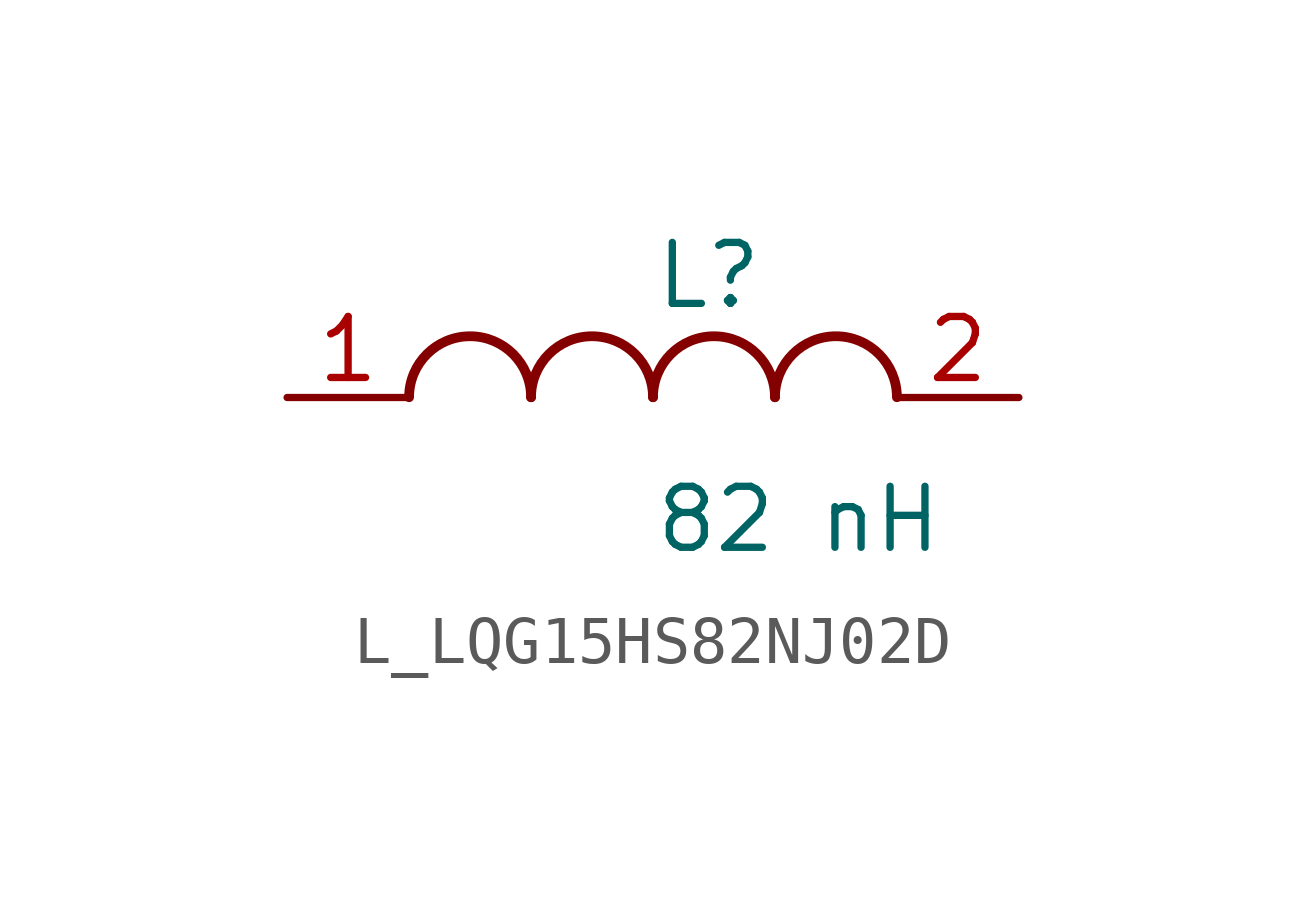
<source format=kicad_sym>
(kicad_symbol_lib
  (version 20231120)
  (generator kicad_symbol_editor)
  (generator_version 8.0)
  (symbol "L_LQG15HS82NJ02D"
    (pin_names
      (offset 0.254))
    (property "Reference" "L"
      (at 0.0 2.54 0)
      (effects (font (size 1.27 1.27)) (justify left)))
    (property "Value" "82 nH"
      (at 0.0 -2.54 0)
      (effects (font (size 1.27 1.27)) (justify left)))
    (symbol "L_LQG15HS82NJ02D_1_1"
      (arc (start -2.54 0.0056) (mid -3.81 1.27) (end -5.08 0.0056) (stroke (width 0.2032) (type default)) (fill (type none)))
      (arc (start 0 0.0056) (mid -1.27 1.27) (end -2.54 0.0056) (stroke (width 0.2032) (type default)) (fill (type none)))
      (arc (start 2.54 0.0056) (mid 1.27 1.27) (end 0 0.0056) (stroke (width 0.2032) (type default)) (fill (type none)))
      (arc (start 5.08 0.0056) (mid 3.81 1.27) (end 2.54 0.0056) (stroke (width 0.2032) (type default)) (fill (type none)))
      (pin unspecified line (at -7.62 0 0) (length 2.54) (name "" (effects (font (size 1.27 1.27)))) (number "1" (effects (font (size 1.27 1.27)))))
      (pin unspecified line (at 7.62 0 180) (length 2.54) (name "" (effects (font (size 1.27 1.27)))) (number "2" (effects (font (size 1.27 1.27))))))))
</source>
